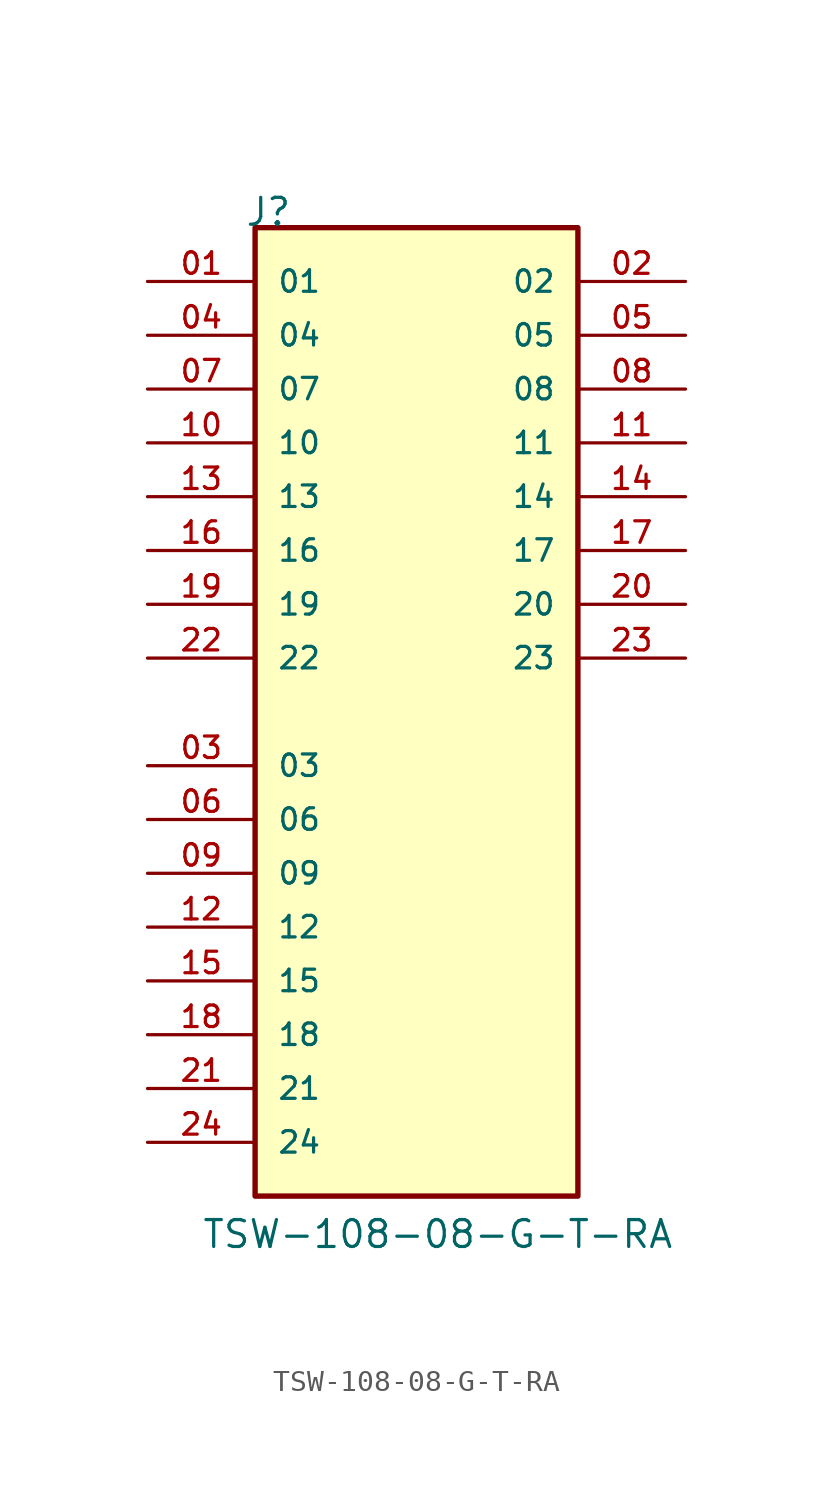
<source format=kicad_sym>
(kicad_symbol_lib
  (version 20220914)
  (generator kicad_symbol_editor)
  (symbol "TSW-108-08-G-T-RA"
    (pin_names
      (offset 1.016))
    (property "Reference" "J"
      (at -8.12 22.86 0)
      (effects (font (size 1.27 1.27)) (justify left bottom)))
    (property "Value" "TSW-108-08-G-T-RA"
      (at -10.16 -25.4 0)
      (effects (font (size 1.27 1.27)) (justify left bottom)))
    (symbol "TSW-108-08-G-T-RA_0_0"
      (rectangle (start -7.62 -22.86) (end 7.62 22.86) (stroke (width 0.254) (type default)) (fill (type background)))
      (pin passive line (at -12.7 20.32 0) (length 5.08) (name "01" (effects (font (size 1.016 1.016)))) (number "01" (effects (font (size 1.016 1.016)))))
      (pin passive line (at 12.7 20.32 180) (length 5.08) (name "02" (effects (font (size 1.016 1.016)))) (number "02" (effects (font (size 1.016 1.016)))))
      (pin passive line (at -12.7 -2.54 0) (length 5.08) (name "03" (effects (font (size 1.016 1.016)))) (number "03" (effects (font (size 1.016 1.016)))))
      (pin passive line (at -12.7 17.78 0) (length 5.08) (name "04" (effects (font (size 1.016 1.016)))) (number "04" (effects (font (size 1.016 1.016)))))
      (pin passive line (at 12.7 17.78 180) (length 5.08) (name "05" (effects (font (size 1.016 1.016)))) (number "05" (effects (font (size 1.016 1.016)))))
      (pin passive line (at -12.7 -5.08 0) (length 5.08) (name "06" (effects (font (size 1.016 1.016)))) (number "06" (effects (font (size 1.016 1.016)))))
      (pin passive line (at -12.7 15.24 0) (length 5.08) (name "07" (effects (font (size 1.016 1.016)))) (number "07" (effects (font (size 1.016 1.016)))))
      (pin passive line (at 12.7 15.24 180) (length 5.08) (name "08" (effects (font (size 1.016 1.016)))) (number "08" (effects (font (size 1.016 1.016)))))
      (pin passive line (at -12.7 -7.62 0) (length 5.08) (name "09" (effects (font (size 1.016 1.016)))) (number "09" (effects (font (size 1.016 1.016)))))
      (pin passive line (at -12.7 12.7 0) (length 5.08) (name "10" (effects (font (size 1.016 1.016)))) (number "10" (effects (font (size 1.016 1.016)))))
      (pin passive line (at 12.7 12.7 180) (length 5.08) (name "11" (effects (font (size 1.016 1.016)))) (number "11" (effects (font (size 1.016 1.016)))))
      (pin passive line (at -12.7 -10.16 0) (length 5.08) (name "12" (effects (font (size 1.016 1.016)))) (number "12" (effects (font (size 1.016 1.016)))))
      (pin passive line (at -12.7 10.16 0) (length 5.08) (name "13" (effects (font (size 1.016 1.016)))) (number "13" (effects (font (size 1.016 1.016)))))
      (pin passive line (at 12.7 10.16 180) (length 5.08) (name "14" (effects (font (size 1.016 1.016)))) (number "14" (effects (font (size 1.016 1.016)))))
      (pin passive line (at -12.7 -12.7 0) (length 5.08) (name "15" (effects (font (size 1.016 1.016)))) (number "15" (effects (font (size 1.016 1.016)))))
      (pin passive line (at -12.7 7.62 0) (length 5.08) (name "16" (effects (font (size 1.016 1.016)))) (number "16" (effects (font (size 1.016 1.016)))))
      (pin passive line (at 12.7 7.62 180) (length 5.08) (name "17" (effects (font (size 1.016 1.016)))) (number "17" (effects (font (size 1.016 1.016)))))
      (pin passive line (at -12.7 -15.24 0) (length 5.08) (name "18" (effects (font (size 1.016 1.016)))) (number "18" (effects (font (size 1.016 1.016)))))
      (pin passive line (at -12.7 5.08 0) (length 5.08) (name "19" (effects (font (size 1.016 1.016)))) (number "19" (effects (font (size 1.016 1.016)))))
      (pin passive line (at 12.7 5.08 180) (length 5.08) (name "20" (effects (font (size 1.016 1.016)))) (number "20" (effects (font (size 1.016 1.016)))))
      (pin passive line (at -12.7 -17.78 0) (length 5.08) (name "21" (effects (font (size 1.016 1.016)))) (number "21" (effects (font (size 1.016 1.016)))))
      (pin passive line (at -12.7 2.54 0) (length 5.08) (name "22" (effects (font (size 1.016 1.016)))) (number "22" (effects (font (size 1.016 1.016)))))
      (pin passive line (at 12.7 2.54 180) (length 5.08) (name "23" (effects (font (size 1.016 1.016)))) (number "23" (effects (font (size 1.016 1.016)))))
      (pin passive line (at -12.7 -20.32 0) (length 5.08) (name "24" (effects (font (size 1.016 1.016)))) (number "24" (effects (font (size 1.016 1.016))))))))
</source>
